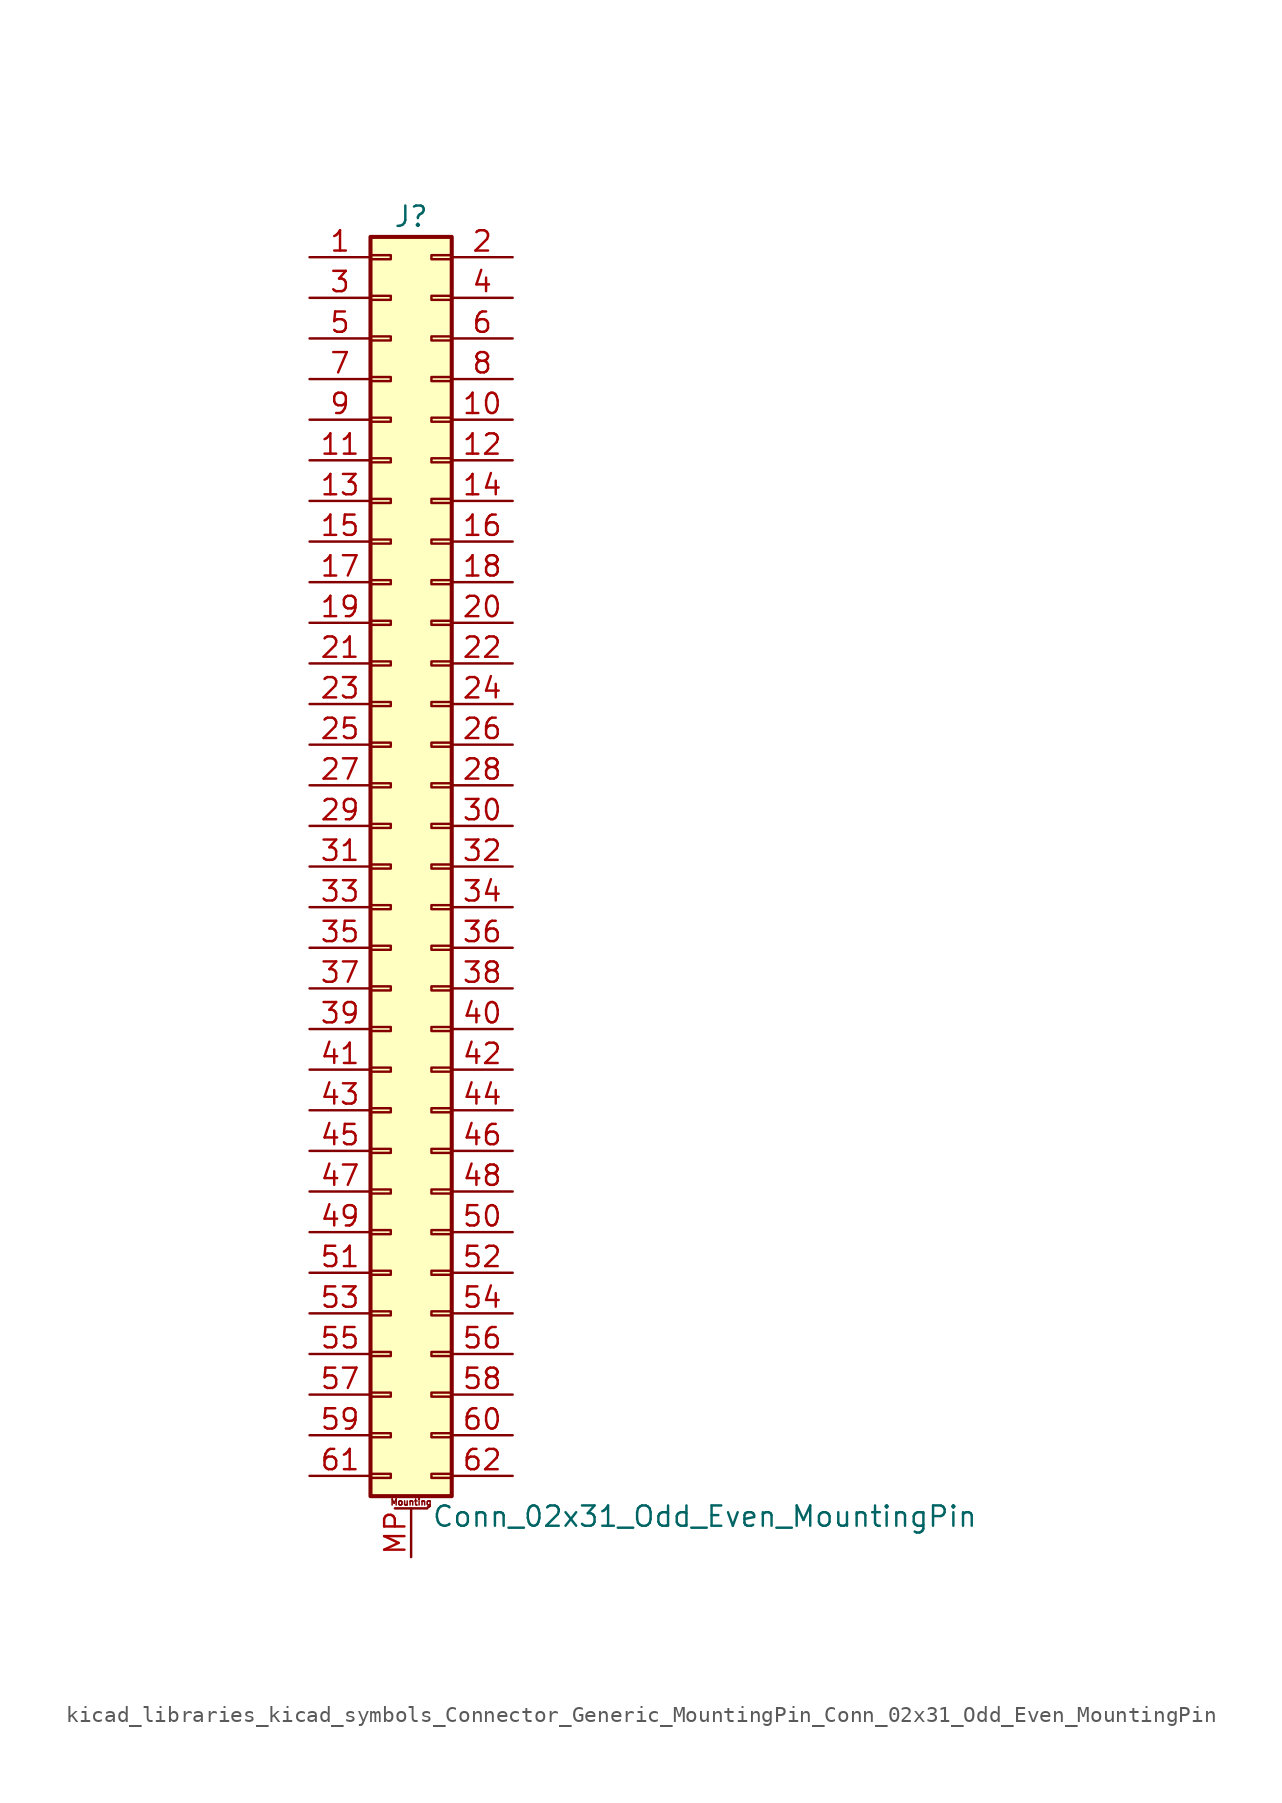
<source format=kicad_sym>
(kicad_symbol_lib
  (version 20220914)
  (generator kicad_symbol_editor)
  (symbol "kicad_libraries_kicad_symbols_Connector_Generic_MountingPin_Conn_02x31_Odd_Even_MountingPin"
    (pin_names
      (offset 1.016) hide)
    (property "Reference" "J"
      (at 1.27 40.64 0)
      (effects (font (size 1.27 1.27))))
    (property "Value" "Conn_02x31_Odd_Even_MountingPin"
      (at 2.54 -40.64 0)
      (effects (font (size 1.27 1.27)) (justify left)))
    (symbol "kicad_libraries_kicad_symbols_Connector_Generic_MountingPin_Conn_02x31_Odd_Even_MountingPin_1_1"
      (rectangle (start -1.27 -37.973) (end 0 -38.227) (stroke (width 0.152) (type default)) (fill (type none)))
      (rectangle (start -1.27 -35.433) (end 0 -35.687) (stroke (width 0.152) (type default)) (fill (type none)))
      (rectangle (start -1.27 -32.893) (end 0 -33.147) (stroke (width 0.152) (type default)) (fill (type none)))
      (rectangle (start -1.27 -30.353) (end 0 -30.607) (stroke (width 0.152) (type default)) (fill (type none)))
      (rectangle (start -1.27 -27.813) (end 0 -28.067) (stroke (width 0.152) (type default)) (fill (type none)))
      (rectangle (start -1.27 -25.273) (end 0 -25.527) (stroke (width 0.152) (type default)) (fill (type none)))
      (rectangle (start -1.27 -22.733) (end 0 -22.987) (stroke (width 0.152) (type default)) (fill (type none)))
      (rectangle (start -1.27 -20.193) (end 0 -20.447) (stroke (width 0.152) (type default)) (fill (type none)))
      (rectangle (start -1.27 -17.653) (end 0 -17.907) (stroke (width 0.152) (type default)) (fill (type none)))
      (rectangle (start -1.27 -15.113) (end 0 -15.367) (stroke (width 0.152) (type default)) (fill (type none)))
      (rectangle (start -1.27 -12.573) (end 0 -12.827) (stroke (width 0.152) (type default)) (fill (type none)))
      (rectangle (start -1.27 -10.033) (end 0 -10.287) (stroke (width 0.152) (type default)) (fill (type none)))
      (rectangle (start -1.27 -7.493) (end 0 -7.747) (stroke (width 0.152) (type default)) (fill (type none)))
      (rectangle (start -1.27 -4.953) (end 0 -5.207) (stroke (width 0.152) (type default)) (fill (type none)))
      (rectangle (start -1.27 -2.413) (end 0 -2.667) (stroke (width 0.152) (type default)) (fill (type none)))
      (rectangle (start -1.27 0.127) (end 0 -0.127) (stroke (width 0.152) (type default)) (fill (type none)))
      (rectangle (start -1.27 2.667) (end 0 2.413) (stroke (width 0.152) (type default)) (fill (type none)))
      (rectangle (start -1.27 5.207) (end 0 4.953) (stroke (width 0.152) (type default)) (fill (type none)))
      (rectangle (start -1.27 7.747) (end 0 7.493) (stroke (width 0.152) (type default)) (fill (type none)))
      (rectangle (start -1.27 10.287) (end 0 10.033) (stroke (width 0.152) (type default)) (fill (type none)))
      (rectangle (start -1.27 12.827) (end 0 12.573) (stroke (width 0.152) (type default)) (fill (type none)))
      (rectangle (start -1.27 15.367) (end 0 15.113) (stroke (width 0.152) (type default)) (fill (type none)))
      (rectangle (start -1.27 17.907) (end 0 17.653) (stroke (width 0.152) (type default)) (fill (type none)))
      (rectangle (start -1.27 20.447) (end 0 20.193) (stroke (width 0.152) (type default)) (fill (type none)))
      (rectangle (start -1.27 22.987) (end 0 22.733) (stroke (width 0.152) (type default)) (fill (type none)))
      (rectangle (start -1.27 25.527) (end 0 25.273) (stroke (width 0.152) (type default)) (fill (type none)))
      (rectangle (start -1.27 28.067) (end 0 27.813) (stroke (width 0.152) (type default)) (fill (type none)))
      (rectangle (start -1.27 30.607) (end 0 30.353) (stroke (width 0.152) (type default)) (fill (type none)))
      (rectangle (start -1.27 33.147) (end 0 32.893) (stroke (width 0.152) (type default)) (fill (type none)))
      (rectangle (start -1.27 35.687) (end 0 35.433) (stroke (width 0.152) (type default)) (fill (type none)))
      (rectangle (start -1.27 38.227) (end 0 37.973) (stroke (width 0.152) (type default)) (fill (type none)))
      (rectangle (start -1.27 39.37) (end 3.81 -39.37) (stroke (width 0.254) (type default)) (fill (type background)))
      (polyline (pts (xy 0.254 -40.132) (xy 2.286 -40.132)) (stroke (width 0.152) (type default)) (fill (type none)))
      (rectangle (start 3.81 -37.973) (end 2.54 -38.227) (stroke (width 0.152) (type default)) (fill (type none)))
      (rectangle (start 3.81 -35.433) (end 2.54 -35.687) (stroke (width 0.152) (type default)) (fill (type none)))
      (rectangle (start 3.81 -32.893) (end 2.54 -33.147) (stroke (width 0.152) (type default)) (fill (type none)))
      (rectangle (start 3.81 -30.353) (end 2.54 -30.607) (stroke (width 0.152) (type default)) (fill (type none)))
      (rectangle (start 3.81 -27.813) (end 2.54 -28.067) (stroke (width 0.152) (type default)) (fill (type none)))
      (rectangle (start 3.81 -25.273) (end 2.54 -25.527) (stroke (width 0.152) (type default)) (fill (type none)))
      (rectangle (start 3.81 -22.733) (end 2.54 -22.987) (stroke (width 0.152) (type default)) (fill (type none)))
      (rectangle (start 3.81 -20.193) (end 2.54 -20.447) (stroke (width 0.152) (type default)) (fill (type none)))
      (rectangle (start 3.81 -17.653) (end 2.54 -17.907) (stroke (width 0.152) (type default)) (fill (type none)))
      (rectangle (start 3.81 -15.113) (end 2.54 -15.367) (stroke (width 0.152) (type default)) (fill (type none)))
      (rectangle (start 3.81 -12.573) (end 2.54 -12.827) (stroke (width 0.152) (type default)) (fill (type none)))
      (rectangle (start 3.81 -10.033) (end 2.54 -10.287) (stroke (width 0.152) (type default)) (fill (type none)))
      (rectangle (start 3.81 -7.493) (end 2.54 -7.747) (stroke (width 0.152) (type default)) (fill (type none)))
      (rectangle (start 3.81 -4.953) (end 2.54 -5.207) (stroke (width 0.152) (type default)) (fill (type none)))
      (rectangle (start 3.81 -2.413) (end 2.54 -2.667) (stroke (width 0.152) (type default)) (fill (type none)))
      (rectangle (start 3.81 0.127) (end 2.54 -0.127) (stroke (width 0.152) (type default)) (fill (type none)))
      (rectangle (start 3.81 2.667) (end 2.54 2.413) (stroke (width 0.152) (type default)) (fill (type none)))
      (rectangle (start 3.81 5.207) (end 2.54 4.953) (stroke (width 0.152) (type default)) (fill (type none)))
      (rectangle (start 3.81 7.747) (end 2.54 7.493) (stroke (width 0.152) (type default)) (fill (type none)))
      (rectangle (start 3.81 10.287) (end 2.54 10.033) (stroke (width 0.152) (type default)) (fill (type none)))
      (rectangle (start 3.81 12.827) (end 2.54 12.573) (stroke (width 0.152) (type default)) (fill (type none)))
      (rectangle (start 3.81 15.367) (end 2.54 15.113) (stroke (width 0.152) (type default)) (fill (type none)))
      (rectangle (start 3.81 17.907) (end 2.54 17.653) (stroke (width 0.152) (type default)) (fill (type none)))
      (rectangle (start 3.81 20.447) (end 2.54 20.193) (stroke (width 0.152) (type default)) (fill (type none)))
      (rectangle (start 3.81 22.987) (end 2.54 22.733) (stroke (width 0.152) (type default)) (fill (type none)))
      (rectangle (start 3.81 25.527) (end 2.54 25.273) (stroke (width 0.152) (type default)) (fill (type none)))
      (rectangle (start 3.81 28.067) (end 2.54 27.813) (stroke (width 0.152) (type default)) (fill (type none)))
      (rectangle (start 3.81 30.607) (end 2.54 30.353) (stroke (width 0.152) (type default)) (fill (type none)))
      (rectangle (start 3.81 33.147) (end 2.54 32.893) (stroke (width 0.152) (type default)) (fill (type none)))
      (rectangle (start 3.81 35.687) (end 2.54 35.433) (stroke (width 0.152) (type default)) (fill (type none)))
      (rectangle (start 3.81 38.227) (end 2.54 37.973) (stroke (width 0.152) (type default)) (fill (type none)))
      (text "Mounting" (at 1.27 -39.751 0) (effects (font (size 0.381 0.381))))
      (pin passive line (at -5.08 38.1 0) (length 3.81) (name "Pin_1" (effects (font (size 1.27 1.27)))) (number "1" (effects (font (size 1.27 1.27)))))
      (pin passive line (at 7.62 27.94 180) (length 3.81) (name "Pin_10" (effects (font (size 1.27 1.27)))) (number "10" (effects (font (size 1.27 1.27)))))
      (pin passive line (at -5.08 25.4 0) (length 3.81) (name "Pin_11" (effects (font (size 1.27 1.27)))) (number "11" (effects (font (size 1.27 1.27)))))
      (pin passive line (at 7.62 25.4 180) (length 3.81) (name "Pin_12" (effects (font (size 1.27 1.27)))) (number "12" (effects (font (size 1.27 1.27)))))
      (pin passive line (at -5.08 22.86 0) (length 3.81) (name "Pin_13" (effects (font (size 1.27 1.27)))) (number "13" (effects (font (size 1.27 1.27)))))
      (pin passive line (at 7.62 22.86 180) (length 3.81) (name "Pin_14" (effects (font (size 1.27 1.27)))) (number "14" (effects (font (size 1.27 1.27)))))
      (pin passive line (at -5.08 20.32 0) (length 3.81) (name "Pin_15" (effects (font (size 1.27 1.27)))) (number "15" (effects (font (size 1.27 1.27)))))
      (pin passive line (at 7.62 20.32 180) (length 3.81) (name "Pin_16" (effects (font (size 1.27 1.27)))) (number "16" (effects (font (size 1.27 1.27)))))
      (pin passive line (at -5.08 17.78 0) (length 3.81) (name "Pin_17" (effects (font (size 1.27 1.27)))) (number "17" (effects (font (size 1.27 1.27)))))
      (pin passive line (at 7.62 17.78 180) (length 3.81) (name "Pin_18" (effects (font (size 1.27 1.27)))) (number "18" (effects (font (size 1.27 1.27)))))
      (pin passive line (at -5.08 15.24 0) (length 3.81) (name "Pin_19" (effects (font (size 1.27 1.27)))) (number "19" (effects (font (size 1.27 1.27)))))
      (pin passive line (at 7.62 38.1 180) (length 3.81) (name "Pin_2" (effects (font (size 1.27 1.27)))) (number "2" (effects (font (size 1.27 1.27)))))
      (pin passive line (at 7.62 15.24 180) (length 3.81) (name "Pin_20" (effects (font (size 1.27 1.27)))) (number "20" (effects (font (size 1.27 1.27)))))
      (pin passive line (at -5.08 12.7 0) (length 3.81) (name "Pin_21" (effects (font (size 1.27 1.27)))) (number "21" (effects (font (size 1.27 1.27)))))
      (pin passive line (at 7.62 12.7 180) (length 3.81) (name "Pin_22" (effects (font (size 1.27 1.27)))) (number "22" (effects (font (size 1.27 1.27)))))
      (pin passive line (at -5.08 10.16 0) (length 3.81) (name "Pin_23" (effects (font (size 1.27 1.27)))) (number "23" (effects (font (size 1.27 1.27)))))
      (pin passive line (at 7.62 10.16 180) (length 3.81) (name "Pin_24" (effects (font (size 1.27 1.27)))) (number "24" (effects (font (size 1.27 1.27)))))
      (pin passive line (at -5.08 7.62 0) (length 3.81) (name "Pin_25" (effects (font (size 1.27 1.27)))) (number "25" (effects (font (size 1.27 1.27)))))
      (pin passive line (at 7.62 7.62 180) (length 3.81) (name "Pin_26" (effects (font (size 1.27 1.27)))) (number "26" (effects (font (size 1.27 1.27)))))
      (pin passive line (at -5.08 5.08 0) (length 3.81) (name "Pin_27" (effects (font (size 1.27 1.27)))) (number "27" (effects (font (size 1.27 1.27)))))
      (pin passive line (at 7.62 5.08 180) (length 3.81) (name "Pin_28" (effects (font (size 1.27 1.27)))) (number "28" (effects (font (size 1.27 1.27)))))
      (pin passive line (at -5.08 2.54 0) (length 3.81) (name "Pin_29" (effects (font (size 1.27 1.27)))) (number "29" (effects (font (size 1.27 1.27)))))
      (pin passive line (at -5.08 35.56 0) (length 3.81) (name "Pin_3" (effects (font (size 1.27 1.27)))) (number "3" (effects (font (size 1.27 1.27)))))
      (pin passive line (at 7.62 2.54 180) (length 3.81) (name "Pin_30" (effects (font (size 1.27 1.27)))) (number "30" (effects (font (size 1.27 1.27)))))
      (pin passive line (at -5.08 0 0) (length 3.81) (name "Pin_31" (effects (font (size 1.27 1.27)))) (number "31" (effects (font (size 1.27 1.27)))))
      (pin passive line (at 7.62 0 180) (length 3.81) (name "Pin_32" (effects (font (size 1.27 1.27)))) (number "32" (effects (font (size 1.27 1.27)))))
      (pin passive line (at -5.08 -2.54 0) (length 3.81) (name "Pin_33" (effects (font (size 1.27 1.27)))) (number "33" (effects (font (size 1.27 1.27)))))
      (pin passive line (at 7.62 -2.54 180) (length 3.81) (name "Pin_34" (effects (font (size 1.27 1.27)))) (number "34" (effects (font (size 1.27 1.27)))))
      (pin passive line (at -5.08 -5.08 0) (length 3.81) (name "Pin_35" (effects (font (size 1.27 1.27)))) (number "35" (effects (font (size 1.27 1.27)))))
      (pin passive line (at 7.62 -5.08 180) (length 3.81) (name "Pin_36" (effects (font (size 1.27 1.27)))) (number "36" (effects (font (size 1.27 1.27)))))
      (pin passive line (at -5.08 -7.62 0) (length 3.81) (name "Pin_37" (effects (font (size 1.27 1.27)))) (number "37" (effects (font (size 1.27 1.27)))))
      (pin passive line (at 7.62 -7.62 180) (length 3.81) (name "Pin_38" (effects (font (size 1.27 1.27)))) (number "38" (effects (font (size 1.27 1.27)))))
      (pin passive line (at -5.08 -10.16 0) (length 3.81) (name "Pin_39" (effects (font (size 1.27 1.27)))) (number "39" (effects (font (size 1.27 1.27)))))
      (pin passive line (at 7.62 35.56 180) (length 3.81) (name "Pin_4" (effects (font (size 1.27 1.27)))) (number "4" (effects (font (size 1.27 1.27)))))
      (pin passive line (at 7.62 -10.16 180) (length 3.81) (name "Pin_40" (effects (font (size 1.27 1.27)))) (number "40" (effects (font (size 1.27 1.27)))))
      (pin passive line (at -5.08 -12.7 0) (length 3.81) (name "Pin_41" (effects (font (size 1.27 1.27)))) (number "41" (effects (font (size 1.27 1.27)))))
      (pin passive line (at 7.62 -12.7 180) (length 3.81) (name "Pin_42" (effects (font (size 1.27 1.27)))) (number "42" (effects (font (size 1.27 1.27)))))
      (pin passive line (at -5.08 -15.24 0) (length 3.81) (name "Pin_43" (effects (font (size 1.27 1.27)))) (number "43" (effects (font (size 1.27 1.27)))))
      (pin passive line (at 7.62 -15.24 180) (length 3.81) (name "Pin_44" (effects (font (size 1.27 1.27)))) (number "44" (effects (font (size 1.27 1.27)))))
      (pin passive line (at -5.08 -17.78 0) (length 3.81) (name "Pin_45" (effects (font (size 1.27 1.27)))) (number "45" (effects (font (size 1.27 1.27)))))
      (pin passive line (at 7.62 -17.78 180) (length 3.81) (name "Pin_46" (effects (font (size 1.27 1.27)))) (number "46" (effects (font (size 1.27 1.27)))))
      (pin passive line (at -5.08 -20.32 0) (length 3.81) (name "Pin_47" (effects (font (size 1.27 1.27)))) (number "47" (effects (font (size 1.27 1.27)))))
      (pin passive line (at 7.62 -20.32 180) (length 3.81) (name "Pin_48" (effects (font (size 1.27 1.27)))) (number "48" (effects (font (size 1.27 1.27)))))
      (pin passive line (at -5.08 -22.86 0) (length 3.81) (name "Pin_49" (effects (font (size 1.27 1.27)))) (number "49" (effects (font (size 1.27 1.27)))))
      (pin passive line (at -5.08 33.02 0) (length 3.81) (name "Pin_5" (effects (font (size 1.27 1.27)))) (number "5" (effects (font (size 1.27 1.27)))))
      (pin passive line (at 7.62 -22.86 180) (length 3.81) (name "Pin_50" (effects (font (size 1.27 1.27)))) (number "50" (effects (font (size 1.27 1.27)))))
      (pin passive line (at -5.08 -25.4 0) (length 3.81) (name "Pin_51" (effects (font (size 1.27 1.27)))) (number "51" (effects (font (size 1.27 1.27)))))
      (pin passive line (at 7.62 -25.4 180) (length 3.81) (name "Pin_52" (effects (font (size 1.27 1.27)))) (number "52" (effects (font (size 1.27 1.27)))))
      (pin passive line (at -5.08 -27.94 0) (length 3.81) (name "Pin_53" (effects (font (size 1.27 1.27)))) (number "53" (effects (font (size 1.27 1.27)))))
      (pin passive line (at 7.62 -27.94 180) (length 3.81) (name "Pin_54" (effects (font (size 1.27 1.27)))) (number "54" (effects (font (size 1.27 1.27)))))
      (pin passive line (at -5.08 -30.48 0) (length 3.81) (name "Pin_55" (effects (font (size 1.27 1.27)))) (number "55" (effects (font (size 1.27 1.27)))))
      (pin passive line (at 7.62 -30.48 180) (length 3.81) (name "Pin_56" (effects (font (size 1.27 1.27)))) (number "56" (effects (font (size 1.27 1.27)))))
      (pin passive line (at -5.08 -33.02 0) (length 3.81) (name "Pin_57" (effects (font (size 1.27 1.27)))) (number "57" (effects (font (size 1.27 1.27)))))
      (pin passive line (at 7.62 -33.02 180) (length 3.81) (name "Pin_58" (effects (font (size 1.27 1.27)))) (number "58" (effects (font (size 1.27 1.27)))))
      (pin passive line (at -5.08 -35.56 0) (length 3.81) (name "Pin_59" (effects (font (size 1.27 1.27)))) (number "59" (effects (font (size 1.27 1.27)))))
      (pin passive line (at 7.62 33.02 180) (length 3.81) (name "Pin_6" (effects (font (size 1.27 1.27)))) (number "6" (effects (font (size 1.27 1.27)))))
      (pin passive line (at 7.62 -35.56 180) (length 3.81) (name "Pin_60" (effects (font (size 1.27 1.27)))) (number "60" (effects (font (size 1.27 1.27)))))
      (pin passive line (at -5.08 -38.1 0) (length 3.81) (name "Pin_61" (effects (font (size 1.27 1.27)))) (number "61" (effects (font (size 1.27 1.27)))))
      (pin passive line (at 7.62 -38.1 180) (length 3.81) (name "Pin_62" (effects (font (size 1.27 1.27)))) (number "62" (effects (font (size 1.27 1.27)))))
      (pin passive line (at -5.08 30.48 0) (length 3.81) (name "Pin_7" (effects (font (size 1.27 1.27)))) (number "7" (effects (font (size 1.27 1.27)))))
      (pin passive line (at 7.62 30.48 180) (length 3.81) (name "Pin_8" (effects (font (size 1.27 1.27)))) (number "8" (effects (font (size 1.27 1.27)))))
      (pin passive line (at -5.08 27.94 0) (length 3.81) (name "Pin_9" (effects (font (size 1.27 1.27)))) (number "9" (effects (font (size 1.27 1.27)))))
      (pin passive line (at 1.27 -43.18 90) (length 3.048) (name "MountPin" (effects (font (size 1.27 1.27)))) (number "MP" (effects (font (size 1.27 1.27))))))))
</source>
